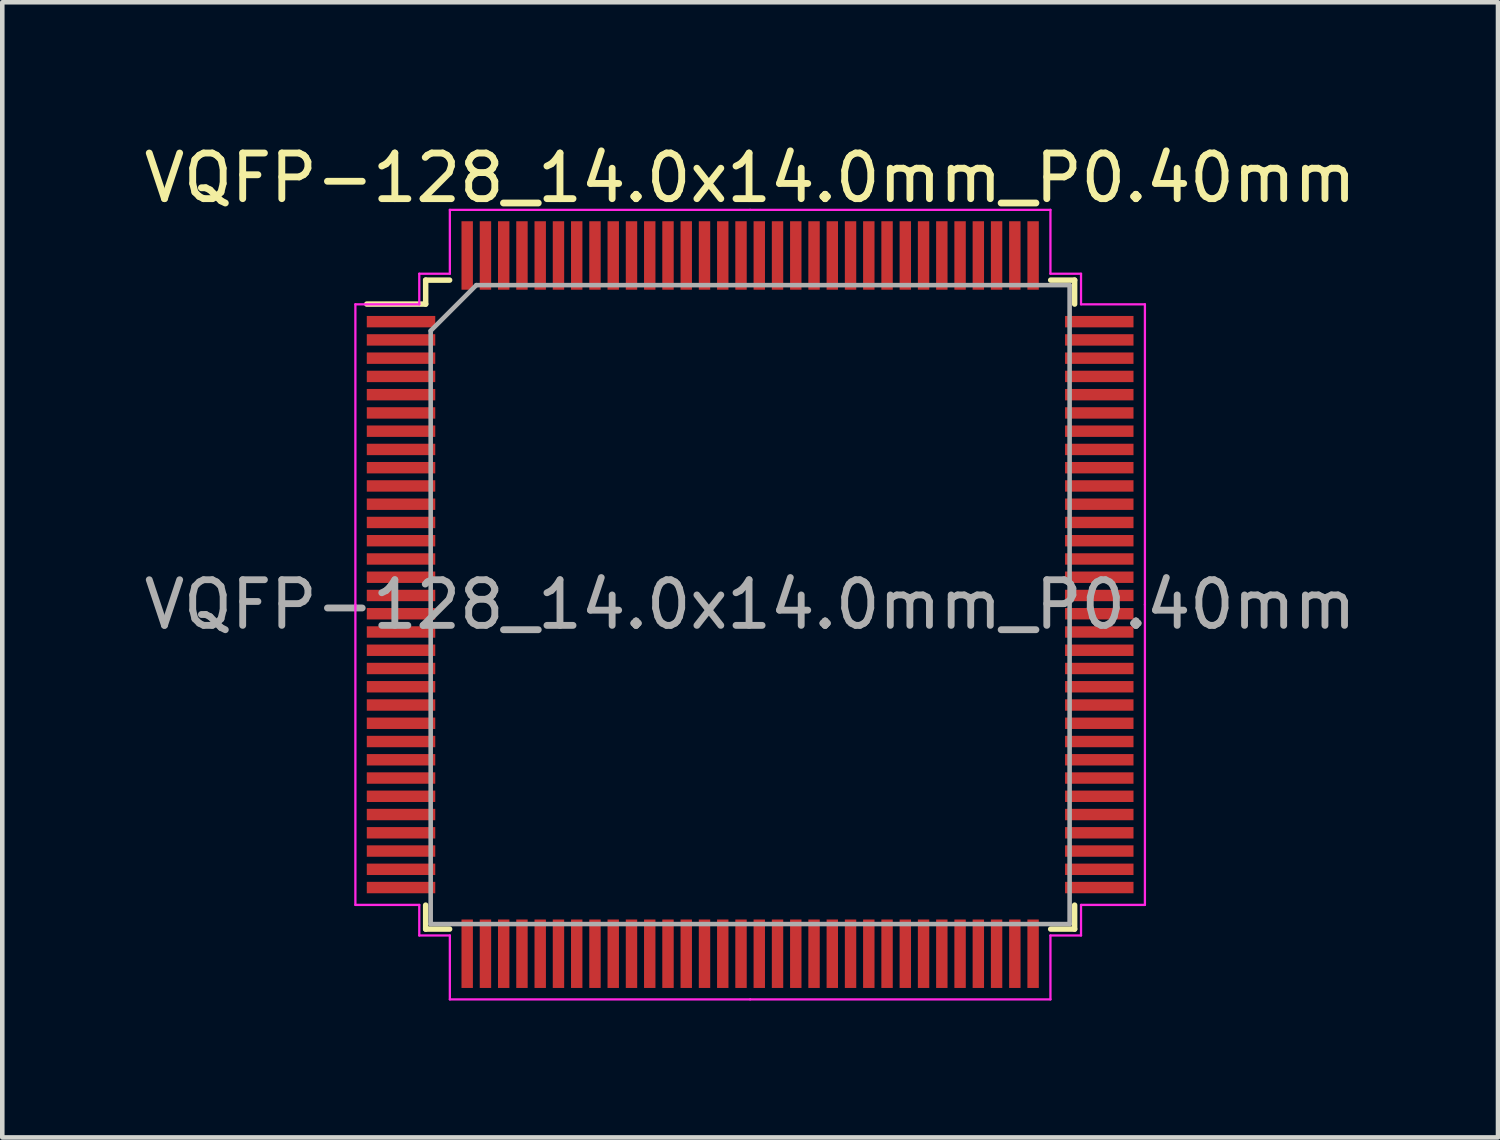
<source format=kicad_pcb>
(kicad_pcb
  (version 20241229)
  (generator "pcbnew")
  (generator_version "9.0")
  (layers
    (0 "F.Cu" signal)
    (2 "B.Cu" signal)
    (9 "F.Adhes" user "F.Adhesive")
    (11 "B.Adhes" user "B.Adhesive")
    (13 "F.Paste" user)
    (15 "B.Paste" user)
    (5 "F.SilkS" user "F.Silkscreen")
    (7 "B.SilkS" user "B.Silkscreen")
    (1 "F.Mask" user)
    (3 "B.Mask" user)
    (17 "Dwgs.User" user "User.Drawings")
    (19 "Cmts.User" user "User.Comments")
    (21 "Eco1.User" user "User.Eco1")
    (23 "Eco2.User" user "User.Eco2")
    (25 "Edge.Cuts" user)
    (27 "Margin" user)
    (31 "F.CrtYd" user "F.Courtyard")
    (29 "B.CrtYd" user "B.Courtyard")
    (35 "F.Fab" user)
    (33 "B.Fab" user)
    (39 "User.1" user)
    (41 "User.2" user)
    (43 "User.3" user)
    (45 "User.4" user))
  (footprint "VQFP-128_14.0x14.0mm_P0.40mm"
    (layer "F.Cu")
    (at 13.387 10.198)
    (property "Reference" "VQFP-128_14.0x14.0mm_P0.40mm" (at 0 -9.35 0) (layer "F.SilkS") (effects (font (size 1 1) (thickness 0.15))))
    (attr smd)
    (fp_line (start -7.11 -7.11) (end -7.11 -6.585) (stroke (width 0.12) (type solid)) (layer "F.SilkS"))
    (fp_line (start -7.11 -6.585) (end -8.4 -6.585) (stroke (width 0.12) (type solid)) (layer "F.SilkS"))
    (fp_line (start -7.11 7.11) (end -7.11 6.585) (stroke (width 0.12) (type solid)) (layer "F.SilkS"))
    (fp_line (start -6.585 -7.11) (end -7.11 -7.11) (stroke (width 0.12) (type solid)) (layer "F.SilkS"))
    (fp_line (start -6.585 7.11) (end -7.11 7.11) (stroke (width 0.12) (type solid)) (layer "F.SilkS"))
    (fp_line (start 6.585 -7.11) (end 7.11 -7.11) (stroke (width 0.12) (type solid)) (layer "F.SilkS"))
    (fp_line (start 6.585 7.11) (end 7.11 7.11) (stroke (width 0.12) (type solid)) (layer "F.SilkS"))
    (fp_line (start 7.11 -7.11) (end 7.11 -6.585) (stroke (width 0.12) (type solid)) (layer "F.SilkS"))
    (fp_line (start 7.11 7.11) (end 7.11 6.585) (stroke (width 0.12) (type solid)) (layer "F.SilkS"))
    (fp_line (start -8.65 -6.58) (end -8.65 0) (stroke (width 0.05) (type solid)) (layer "F.CrtYd"))
    (fp_line (start -8.65 6.58) (end -8.65 0) (stroke (width 0.05) (type solid)) (layer "F.CrtYd"))
    (fp_line (start -7.25 -7.25) (end -7.25 -6.58) (stroke (width 0.05) (type solid)) (layer "F.CrtYd"))
    (fp_line (start -7.25 -6.58) (end -8.65 -6.58) (stroke (width 0.05) (type solid)) (layer "F.CrtYd"))
    (fp_line (start -7.25 6.58) (end -8.65 6.58) (stroke (width 0.05) (type solid)) (layer "F.CrtYd"))
    (fp_line (start -7.25 7.25) (end -7.25 6.58) (stroke (width 0.05) (type solid)) (layer "F.CrtYd"))
    (fp_line (start -6.58 -8.65) (end -6.58 -7.25) (stroke (width 0.05) (type solid)) (layer "F.CrtYd"))
    (fp_line (start -6.58 -7.25) (end -7.25 -7.25) (stroke (width 0.05) (type solid)) (layer "F.CrtYd"))
    (fp_line (start -6.58 7.25) (end -7.25 7.25) (stroke (width 0.05) (type solid)) (layer "F.CrtYd"))
    (fp_line (start -6.58 8.65) (end -6.58 7.25) (stroke (width 0.05) (type solid)) (layer "F.CrtYd"))
    (fp_line (start 0 -8.65) (end -6.58 -8.65) (stroke (width 0.05) (type solid)) (layer "F.CrtYd"))
    (fp_line (start 0 -8.65) (end 6.58 -8.65) (stroke (width 0.05) (type solid)) (layer "F.CrtYd"))
    (fp_line (start 0 8.65) (end -6.58 8.65) (stroke (width 0.05) (type solid)) (layer "F.CrtYd"))
    (fp_line (start 0 8.65) (end 6.58 8.65) (stroke (width 0.05) (type solid)) (layer "F.CrtYd"))
    (fp_line (start 6.58 -8.65) (end 6.58 -7.25) (stroke (width 0.05) (type solid)) (layer "F.CrtYd"))
    (fp_line (start 6.58 -7.25) (end 7.25 -7.25) (stroke (width 0.05) (type solid)) (layer "F.CrtYd"))
    (fp_line (start 6.58 7.25) (end 7.25 7.25) (stroke (width 0.05) (type solid)) (layer "F.CrtYd"))
    (fp_line (start 6.58 8.65) (end 6.58 7.25) (stroke (width 0.05) (type solid)) (layer "F.CrtYd"))
    (fp_line (start 7.25 -7.25) (end 7.25 -6.58) (stroke (width 0.05) (type solid)) (layer "F.CrtYd"))
    (fp_line (start 7.25 -6.58) (end 8.65 -6.58) (stroke (width 0.05) (type solid)) (layer "F.CrtYd"))
    (fp_line (start 7.25 6.58) (end 8.65 6.58) (stroke (width 0.05) (type solid)) (layer "F.CrtYd"))
    (fp_line (start 7.25 7.25) (end 7.25 6.58) (stroke (width 0.05) (type solid)) (layer "F.CrtYd"))
    (fp_line (start 8.65 -6.58) (end 8.65 0) (stroke (width 0.05) (type solid)) (layer "F.CrtYd"))
    (fp_line (start 8.65 6.58) (end 8.65 0) (stroke (width 0.05) (type solid)) (layer "F.CrtYd"))
    (fp_line (start -7 -6) (end -6 -7) (stroke (width 0.1) (type solid)) (layer "F.Fab"))
    (fp_line (start -7 7) (end -7 -6) (stroke (width 0.1) (type solid)) (layer "F.Fab"))
    (fp_line (start -6 -7) (end 7 -7) (stroke (width 0.1) (type solid)) (layer "F.Fab"))
    (fp_line (start 7 -7) (end 7 7) (stroke (width 0.1) (type solid)) (layer "F.Fab"))
    (fp_line (start 7 7) (end -7 7) (stroke (width 0.1) (type solid)) (layer "F.Fab"))
    (fp_text user "${REFERENCE}" (at 0 0 0) (layer "F.Fab") (effects (font (size 1 1) (thickness 0.15))))
    (pad "1" smd rect (at -7.65 -6.2) (size 1.5 0.25) (layers "F.Cu" "F.Mask" "F.Paste"))
    (pad "2" smd rect (at -7.65 -5.8) (size 1.5 0.25) (layers "F.Cu" "F.Mask" "F.Paste"))
    (pad "3" smd rect (at -7.65 -5.4) (size 1.5 0.25) (layers "F.Cu" "F.Mask" "F.Paste"))
    (pad "4" smd rect (at -7.65 -5) (size 1.5 0.25) (layers "F.Cu" "F.Mask" "F.Paste"))
    (pad "5" smd rect (at -7.65 -4.6) (size 1.5 0.25) (layers "F.Cu" "F.Mask" "F.Paste"))
    (pad "6" smd rect (at -7.65 -4.2) (size 1.5 0.25) (layers "F.Cu" "F.Mask" "F.Paste"))
    (pad "7" smd rect (at -7.65 -3.8) (size 1.5 0.25) (layers "F.Cu" "F.Mask" "F.Paste"))
    (pad "8" smd rect (at -7.65 -3.4) (size 1.5 0.25) (layers "F.Cu" "F.Mask" "F.Paste"))
    (pad "9" smd rect (at -7.65 -3) (size 1.5 0.25) (layers "F.Cu" "F.Mask" "F.Paste"))
    (pad "10" smd rect (at -7.65 -2.6) (size 1.5 0.25) (layers "F.Cu" "F.Mask" "F.Paste"))
    (pad "11" smd rect (at -7.65 -2.2) (size 1.5 0.25) (layers "F.Cu" "F.Mask" "F.Paste"))
    (pad "12" smd rect (at -7.65 -1.8) (size 1.5 0.25) (layers "F.Cu" "F.Mask" "F.Paste"))
    (pad "13" smd rect (at -7.65 -1.4) (size 1.5 0.25) (layers "F.Cu" "F.Mask" "F.Paste"))
    (pad "14" smd rect (at -7.65 -1) (size 1.5 0.25) (layers "F.Cu" "F.Mask" "F.Paste"))
    (pad "15" smd rect (at -7.65 -0.6) (size 1.5 0.25) (layers "F.Cu" "F.Mask" "F.Paste"))
    (pad "16" smd rect (at -7.65 -0.2) (size 1.5 0.25) (layers "F.Cu" "F.Mask" "F.Paste"))
    (pad "17" smd rect (at -7.65 0.2) (size 1.5 0.25) (layers "F.Cu" "F.Mask" "F.Paste"))
    (pad "18" smd rect (at -7.65 0.6) (size 1.5 0.25) (layers "F.Cu" "F.Mask" "F.Paste"))
    (pad "19" smd rect (at -7.65 1) (size 1.5 0.25) (layers "F.Cu" "F.Mask" "F.Paste"))
    (pad "20" smd rect (at -7.65 1.4) (size 1.5 0.25) (layers "F.Cu" "F.Mask" "F.Paste"))
    (pad "21" smd rect (at -7.65 1.8) (size 1.5 0.25) (layers "F.Cu" "F.Mask" "F.Paste"))
    (pad "22" smd rect (at -7.65 2.2) (size 1.5 0.25) (layers "F.Cu" "F.Mask" "F.Paste"))
    (pad "23" smd rect (at -7.65 2.6) (size 1.5 0.25) (layers "F.Cu" "F.Mask" "F.Paste"))
    (pad "24" smd rect (at -7.65 3) (size 1.5 0.25) (layers "F.Cu" "F.Mask" "F.Paste"))
    (pad "25" smd rect (at -7.65 3.4) (size 1.5 0.25) (layers "F.Cu" "F.Mask" "F.Paste"))
    (pad "26" smd rect (at -7.65 3.8) (size 1.5 0.25) (layers "F.Cu" "F.Mask" "F.Paste"))
    (pad "27" smd rect (at -7.65 4.2) (size 1.5 0.25) (layers "F.Cu" "F.Mask" "F.Paste"))
    (pad "28" smd rect (at -7.65 4.6) (size 1.5 0.25) (layers "F.Cu" "F.Mask" "F.Paste"))
    (pad "29" smd rect (at -7.65 5) (size 1.5 0.25) (layers "F.Cu" "F.Mask" "F.Paste"))
    (pad "30" smd rect (at -7.65 5.4) (size 1.5 0.25) (layers "F.Cu" "F.Mask" "F.Paste"))
    (pad "31" smd rect (at -7.65 5.8) (size 1.5 0.25) (layers "F.Cu" "F.Mask" "F.Paste"))
    (pad "32" smd rect (at -7.65 6.2) (size 1.5 0.25) (layers "F.Cu" "F.Mask" "F.Paste"))
    (pad "33" smd rect (at -6.2 7.65) (size 0.25 1.5) (layers "F.Cu" "F.Mask" "F.Paste"))
    (pad "34" smd rect (at -5.8 7.65) (size 0.25 1.5) (layers "F.Cu" "F.Mask" "F.Paste"))
    (pad "35" smd rect (at -5.4 7.65) (size 0.25 1.5) (layers "F.Cu" "F.Mask" "F.Paste"))
    (pad "36" smd rect (at -5 7.65) (size 0.25 1.5) (layers "F.Cu" "F.Mask" "F.Paste"))
    (pad "37" smd rect (at -4.6 7.65) (size 0.25 1.5) (layers "F.Cu" "F.Mask" "F.Paste"))
    (pad "38" smd rect (at -4.2 7.65) (size 0.25 1.5) (layers "F.Cu" "F.Mask" "F.Paste"))
    (pad "39" smd rect (at -3.8 7.65) (size 0.25 1.5) (layers "F.Cu" "F.Mask" "F.Paste"))
    (pad "40" smd rect (at -3.4 7.65) (size 0.25 1.5) (layers "F.Cu" "F.Mask" "F.Paste"))
    (pad "41" smd rect (at -3 7.65) (size 0.25 1.5) (layers "F.Cu" "F.Mask" "F.Paste"))
    (pad "42" smd rect (at -2.6 7.65) (size 0.25 1.5) (layers "F.Cu" "F.Mask" "F.Paste"))
    (pad "43" smd rect (at -2.2 7.65) (size 0.25 1.5) (layers "F.Cu" "F.Mask" "F.Paste"))
    (pad "44" smd rect (at -1.8 7.65) (size 0.25 1.5) (layers "F.Cu" "F.Mask" "F.Paste"))
    (pad "45" smd rect (at -1.4 7.65) (size 0.25 1.5) (layers "F.Cu" "F.Mask" "F.Paste"))
    (pad "46" smd rect (at -1 7.65) (size 0.25 1.5) (layers "F.Cu" "F.Mask" "F.Paste"))
    (pad "47" smd rect (at -0.6 7.65) (size 0.25 1.5) (layers "F.Cu" "F.Mask" "F.Paste"))
    (pad "48" smd rect (at -0.2 7.65) (size 0.25 1.5) (layers "F.Cu" "F.Mask" "F.Paste"))
    (pad "49" smd rect (at 0.2 7.65) (size 0.25 1.5) (layers "F.Cu" "F.Mask" "F.Paste"))
    (pad "50" smd rect (at 0.6 7.65) (size 0.25 1.5) (layers "F.Cu" "F.Mask" "F.Paste"))
    (pad "51" smd rect (at 1 7.65) (size 0.25 1.5) (layers "F.Cu" "F.Mask" "F.Paste"))
    (pad "52" smd rect (at 1.4 7.65) (size 0.25 1.5) (layers "F.Cu" "F.Mask" "F.Paste"))
    (pad "53" smd rect (at 1.8 7.65) (size 0.25 1.5) (layers "F.Cu" "F.Mask" "F.Paste"))
    (pad "54" smd rect (at 2.2 7.65) (size 0.25 1.5) (layers "F.Cu" "F.Mask" "F.Paste"))
    (pad "55" smd rect (at 2.6 7.65) (size 0.25 1.5) (layers "F.Cu" "F.Mask" "F.Paste"))
    (pad "56" smd rect (at 3 7.65) (size 0.25 1.5) (layers "F.Cu" "F.Mask" "F.Paste"))
    (pad "57" smd rect (at 3.4 7.65) (size 0.25 1.5) (layers "F.Cu" "F.Mask" "F.Paste"))
    (pad "58" smd rect (at 3.8 7.65) (size 0.25 1.5) (layers "F.Cu" "F.Mask" "F.Paste"))
    (pad "59" smd rect (at 4.2 7.65) (size 0.25 1.5) (layers "F.Cu" "F.Mask" "F.Paste"))
    (pad "60" smd rect (at 4.6 7.65) (size 0.25 1.5) (layers "F.Cu" "F.Mask" "F.Paste"))
    (pad "61" smd rect (at 5 7.65) (size 0.25 1.5) (layers "F.Cu" "F.Mask" "F.Paste"))
    (pad "62" smd rect (at 5.4 7.65) (size 0.25 1.5) (layers "F.Cu" "F.Mask" "F.Paste"))
    (pad "63" smd rect (at 5.8 7.65) (size 0.25 1.5) (layers "F.Cu" "F.Mask" "F.Paste"))
    (pad "64" smd rect (at 6.2 7.65) (size 0.25 1.5) (layers "F.Cu" "F.Mask" "F.Paste"))
    (pad "65" smd rect (at 7.65 6.2) (size 1.5 0.25) (layers "F.Cu" "F.Mask" "F.Paste"))
    (pad "66" smd rect (at 7.65 5.8) (size 1.5 0.25) (layers "F.Cu" "F.Mask" "F.Paste"))
    (pad "67" smd rect (at 7.65 5.4) (size 1.5 0.25) (layers "F.Cu" "F.Mask" "F.Paste"))
    (pad "68" smd rect (at 7.65 5) (size 1.5 0.25) (layers "F.Cu" "F.Mask" "F.Paste"))
    (pad "69" smd rect (at 7.65 4.6) (size 1.5 0.25) (layers "F.Cu" "F.Mask" "F.Paste"))
    (pad "70" smd rect (at 7.65 4.2) (size 1.5 0.25) (layers "F.Cu" "F.Mask" "F.Paste"))
    (pad "71" smd rect (at 7.65 3.8) (size 1.5 0.25) (layers "F.Cu" "F.Mask" "F.Paste"))
    (pad "72" smd rect (at 7.65 3.4) (size 1.5 0.25) (layers "F.Cu" "F.Mask" "F.Paste"))
    (pad "73" smd rect (at 7.65 3) (size 1.5 0.25) (layers "F.Cu" "F.Mask" "F.Paste"))
    (pad "74" smd rect (at 7.65 2.6) (size 1.5 0.25) (layers "F.Cu" "F.Mask" "F.Paste"))
    (pad "75" smd rect (at 7.65 2.2) (size 1.5 0.25) (layers "F.Cu" "F.Mask" "F.Paste"))
    (pad "76" smd rect (at 7.65 1.8) (size 1.5 0.25) (layers "F.Cu" "F.Mask" "F.Paste"))
    (pad "77" smd rect (at 7.65 1.4) (size 1.5 0.25) (layers "F.Cu" "F.Mask" "F.Paste"))
    (pad "78" smd rect (at 7.65 1) (size 1.5 0.25) (layers "F.Cu" "F.Mask" "F.Paste"))
    (pad "79" smd rect (at 7.65 0.6) (size 1.5 0.25) (layers "F.Cu" "F.Mask" "F.Paste"))
    (pad "80" smd rect (at 7.65 0.2) (size 1.5 0.25) (layers "F.Cu" "F.Mask" "F.Paste"))
    (pad "81" smd rect (at 7.65 -0.2) (size 1.5 0.25) (layers "F.Cu" "F.Mask" "F.Paste"))
    (pad "82" smd rect (at 7.65 -0.6) (size 1.5 0.25) (layers "F.Cu" "F.Mask" "F.Paste"))
    (pad "83" smd rect (at 7.65 -1) (size 1.5 0.25) (layers "F.Cu" "F.Mask" "F.Paste"))
    (pad "84" smd rect (at 7.65 -1.4) (size 1.5 0.25) (layers "F.Cu" "F.Mask" "F.Paste"))
    (pad "85" smd rect (at 7.65 -1.8) (size 1.5 0.25) (layers "F.Cu" "F.Mask" "F.Paste"))
    (pad "86" smd rect (at 7.65 -2.2) (size 1.5 0.25) (layers "F.Cu" "F.Mask" "F.Paste"))
    (pad "87" smd rect (at 7.65 -2.6) (size 1.5 0.25) (layers "F.Cu" "F.Mask" "F.Paste"))
    (pad "88" smd rect (at 7.65 -3) (size 1.5 0.25) (layers "F.Cu" "F.Mask" "F.Paste"))
    (pad "89" smd rect (at 7.65 -3.4) (size 1.5 0.25) (layers "F.Cu" "F.Mask" "F.Paste"))
    (pad "90" smd rect (at 7.65 -3.8) (size 1.5 0.25) (layers "F.Cu" "F.Mask" "F.Paste"))
    (pad "91" smd rect (at 7.65 -4.2) (size 1.5 0.25) (layers "F.Cu" "F.Mask" "F.Paste"))
    (pad "92" smd rect (at 7.65 -4.6) (size 1.5 0.25) (layers "F.Cu" "F.Mask" "F.Paste"))
    (pad "93" smd rect (at 7.65 -5) (size 1.5 0.25) (layers "F.Cu" "F.Mask" "F.Paste"))
    (pad "94" smd rect (at 7.65 -5.4) (size 1.5 0.25) (layers "F.Cu" "F.Mask" "F.Paste"))
    (pad "95" smd rect (at 7.65 -5.8) (size 1.5 0.25) (layers "F.Cu" "F.Mask" "F.Paste"))
    (pad "96" smd rect (at 7.65 -6.2) (size 1.5 0.25) (layers "F.Cu" "F.Mask" "F.Paste"))
    (pad "97" smd rect (at 6.2 -7.65) (size 0.25 1.5) (layers "F.Cu" "F.Mask" "F.Paste"))
    (pad "98" smd rect (at 5.8 -7.65) (size 0.25 1.5) (layers "F.Cu" "F.Mask" "F.Paste"))
    (pad "99" smd rect (at 5.4 -7.65) (size 0.25 1.5) (layers "F.Cu" "F.Mask" "F.Paste"))
    (pad "100" smd rect (at 5 -7.65) (size 0.25 1.5) (layers "F.Cu" "F.Mask" "F.Paste"))
    (pad "101" smd rect (at 4.6 -7.65) (size 0.25 1.5) (layers "F.Cu" "F.Mask" "F.Paste"))
    (pad "102" smd rect (at 4.2 -7.65) (size 0.25 1.5) (layers "F.Cu" "F.Mask" "F.Paste"))
    (pad "103" smd rect (at 3.8 -7.65) (size 0.25 1.5) (layers "F.Cu" "F.Mask" "F.Paste"))
    (pad "104" smd rect (at 3.4 -7.65) (size 0.25 1.5) (layers "F.Cu" "F.Mask" "F.Paste"))
    (pad "105" smd rect (at 3 -7.65) (size 0.25 1.5) (layers "F.Cu" "F.Mask" "F.Paste"))
    (pad "106" smd rect (at 2.6 -7.65) (size 0.25 1.5) (layers "F.Cu" "F.Mask" "F.Paste"))
    (pad "107" smd rect (at 2.2 -7.65) (size 0.25 1.5) (layers "F.Cu" "F.Mask" "F.Paste"))
    (pad "108" smd rect (at 1.8 -7.65) (size 0.25 1.5) (layers "F.Cu" "F.Mask" "F.Paste"))
    (pad "109" smd rect (at 1.4 -7.65) (size 0.25 1.5) (layers "F.Cu" "F.Mask" "F.Paste"))
    (pad "110" smd rect (at 1 -7.65) (size 0.25 1.5) (layers "F.Cu" "F.Mask" "F.Paste"))
    (pad "111" smd rect (at 0.6 -7.65) (size 0.25 1.5) (layers "F.Cu" "F.Mask" "F.Paste"))
    (pad "112" smd rect (at 0.2 -7.65) (size 0.25 1.5) (layers "F.Cu" "F.Mask" "F.Paste"))
    (pad "113" smd rect (at -0.2 -7.65) (size 0.25 1.5) (layers "F.Cu" "F.Mask" "F.Paste"))
    (pad "114" smd rect (at -0.6 -7.65) (size 0.25 1.5) (layers "F.Cu" "F.Mask" "F.Paste"))
    (pad "115" smd rect (at -1 -7.65) (size 0.25 1.5) (layers "F.Cu" "F.Mask" "F.Paste"))
    (pad "116" smd rect (at -1.4 -7.65) (size 0.25 1.5) (layers "F.Cu" "F.Mask" "F.Paste"))
    (pad "117" smd rect (at -1.8 -7.65) (size 0.25 1.5) (layers "F.Cu" "F.Mask" "F.Paste"))
    (pad "118" smd rect (at -2.2 -7.65) (size 0.25 1.5) (layers "F.Cu" "F.Mask" "F.Paste"))
    (pad "119" smd rect (at -2.6 -7.65) (size 0.25 1.5) (layers "F.Cu" "F.Mask" "F.Paste"))
    (pad "120" smd rect (at -3 -7.65) (size 0.25 1.5) (layers "F.Cu" "F.Mask" "F.Paste"))
    (pad "121" smd rect (at -3.4 -7.65) (size 0.25 1.5) (layers "F.Cu" "F.Mask" "F.Paste"))
    (pad "122" smd rect (at -3.8 -7.65) (size 0.25 1.5) (layers "F.Cu" "F.Mask" "F.Paste"))
    (pad "123" smd rect (at -4.2 -7.65) (size 0.25 1.5) (layers "F.Cu" "F.Mask" "F.Paste"))
    (pad "124" smd rect (at -4.6 -7.65) (size 0.25 1.5) (layers "F.Cu" "F.Mask" "F.Paste"))
    (pad "125" smd rect (at -5 -7.65) (size 0.25 1.5) (layers "F.Cu" "F.Mask" "F.Paste"))
    (pad "126" smd rect (at -5.4 -7.65) (size 0.25 1.5) (layers "F.Cu" "F.Mask" "F.Paste"))
    (pad "127" smd rect (at -5.8 -7.65) (size 0.25 1.5) (layers "F.Cu" "F.Mask" "F.Paste"))
    (pad "128" smd rect (at -6.2 -7.65) (size 0.25 1.5) (layers "F.Cu" "F.Mask" "F.Paste")))
  (gr_rect
    (start -3 -3)
    (end 29.774 21.873)
    (stroke (width 0.1) (type default))
    (fill no)
    (layer "Edge.Cuts")))
</source>
